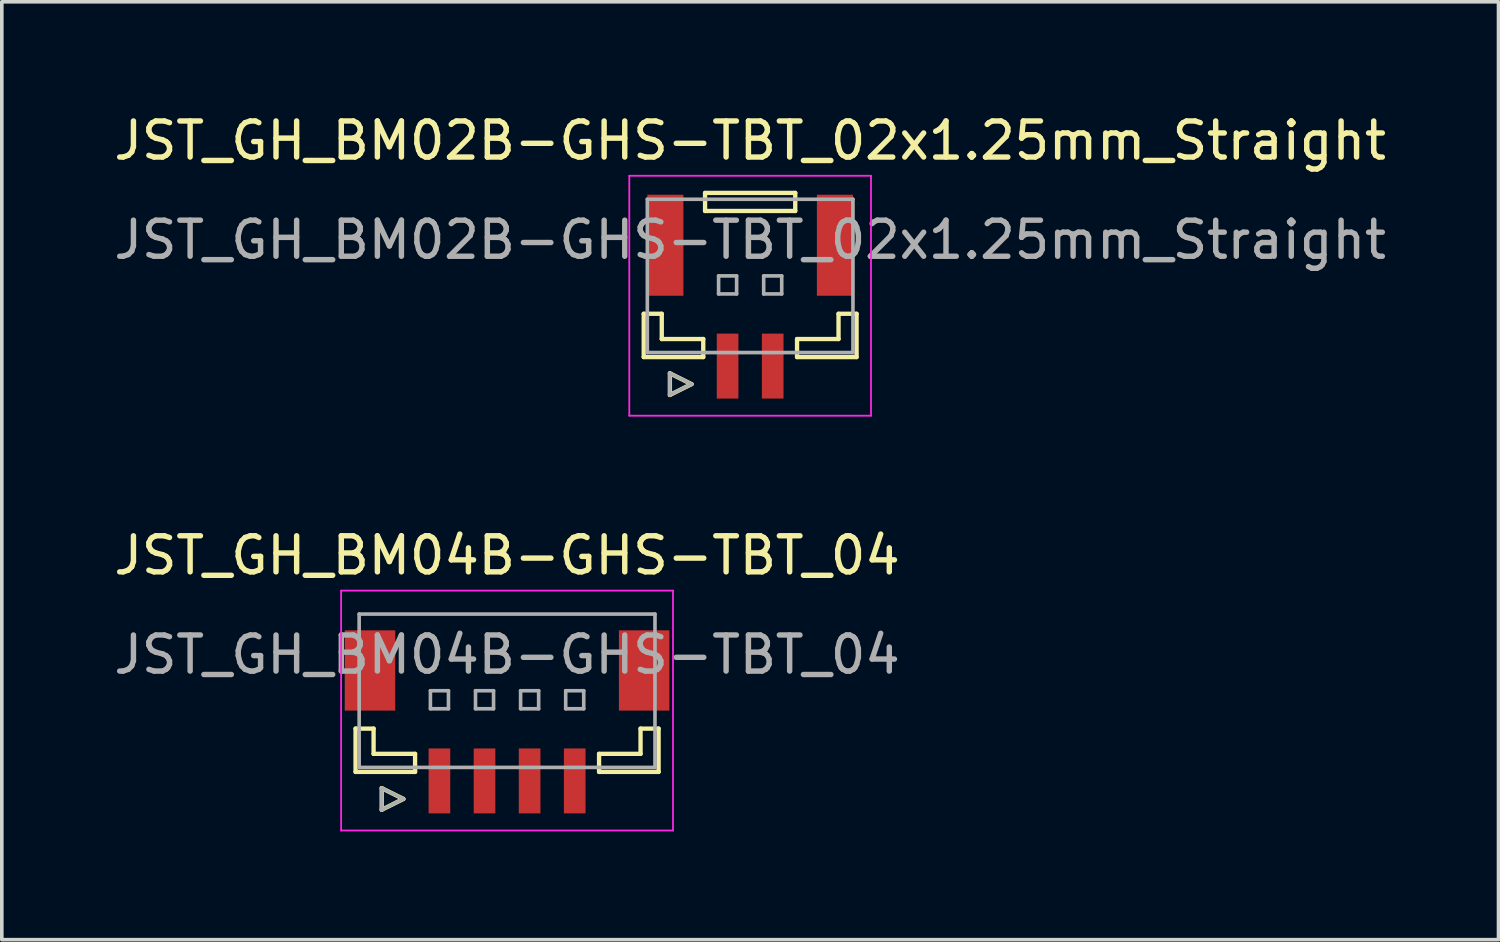
<source format=kicad_pcb>
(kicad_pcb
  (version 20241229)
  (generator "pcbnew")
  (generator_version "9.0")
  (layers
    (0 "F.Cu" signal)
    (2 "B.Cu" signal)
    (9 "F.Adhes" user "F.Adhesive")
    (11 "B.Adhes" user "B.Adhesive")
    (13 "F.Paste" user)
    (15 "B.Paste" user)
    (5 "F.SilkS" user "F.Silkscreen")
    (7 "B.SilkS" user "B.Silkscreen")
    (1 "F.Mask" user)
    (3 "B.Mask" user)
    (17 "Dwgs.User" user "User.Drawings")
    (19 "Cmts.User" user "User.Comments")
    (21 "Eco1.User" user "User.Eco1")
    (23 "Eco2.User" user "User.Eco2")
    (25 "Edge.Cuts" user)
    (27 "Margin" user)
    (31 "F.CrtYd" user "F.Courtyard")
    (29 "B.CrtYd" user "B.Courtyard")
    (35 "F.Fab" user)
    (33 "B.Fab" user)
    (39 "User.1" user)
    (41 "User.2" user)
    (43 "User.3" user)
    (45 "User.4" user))
  (footprint "JST_GH_BM02B-GHS-TBT_02x1.25mm_Straight"
    (layer "F.Cu")
    (at 17.744 5.423)
    (property "Reference" "JST_GH_BM02B-GHS-TBT_02x1.25mm_Straight" (at 0 -4.575 0) (layer "F.SilkS") (effects (font (size 1 1) (thickness 0.15))))
    (attr smd)
    (fp_line (start -2.95 0.225) (end -2.95 1.425) (stroke (width 0.12) (type solid)) (layer "F.SilkS"))
    (fp_line (start -2.95 1.425) (end -1.3 1.425) (stroke (width 0.12) (type solid)) (layer "F.SilkS"))
    (fp_line (start -2.45 0.225) (end -2.95 0.225) (stroke (width 0.12) (type solid)) (layer "F.SilkS"))
    (fp_line (start -2.45 0.925) (end -2.45 0.225) (stroke (width 0.12) (type solid)) (layer "F.SilkS"))
    (fp_line (start -2.225 1.875) (end -1.625 2.175) (stroke (width 0.12) (type solid)) (layer "F.SilkS"))
    (fp_line (start -2.225 2.475) (end -2.225 1.875) (stroke (width 0.12) (type solid)) (layer "F.SilkS"))
    (fp_line (start -1.625 2.175) (end -2.225 2.475) (stroke (width 0.12) (type solid)) (layer "F.SilkS"))
    (fp_line (start -1.3 0.925) (end -2.45 0.925) (stroke (width 0.12) (type solid)) (layer "F.SilkS"))
    (fp_line (start -1.3 1.425) (end -1.3 0.925) (stroke (width 0.12) (type solid)) (layer "F.SilkS"))
    (fp_line (start -1.25 -3.125) (end 1.25 -3.125) (stroke (width 0.12) (type solid)) (layer "F.SilkS"))
    (fp_line (start -1.25 -2.625) (end -1.25 -3.125) (stroke (width 0.12) (type solid)) (layer "F.SilkS"))
    (fp_line (start 1.25 -3.125) (end 1.25 -2.625) (stroke (width 0.12) (type solid)) (layer "F.SilkS"))
    (fp_line (start 1.25 -2.625) (end -1.25 -2.625) (stroke (width 0.12) (type solid)) (layer "F.SilkS"))
    (fp_line (start 1.3 0.925) (end 2.45 0.925) (stroke (width 0.12) (type solid)) (layer "F.SilkS"))
    (fp_line (start 1.3 1.425) (end 1.3 0.925) (stroke (width 0.12) (type solid)) (layer "F.SilkS"))
    (fp_line (start 2.45 0.225) (end 2.95 0.225) (stroke (width 0.12) (type solid)) (layer "F.SilkS"))
    (fp_line (start 2.45 0.925) (end 2.45 0.225) (stroke (width 0.12) (type solid)) (layer "F.SilkS"))
    (fp_line (start 2.95 0.225) (end 2.95 1.425) (stroke (width 0.12) (type solid)) (layer "F.SilkS"))
    (fp_line (start 2.95 1.425) (end 1.3 1.425) (stroke (width 0.12) (type solid)) (layer "F.SilkS"))
    (fp_line (start -3.35 -3.6) (end 3.35 -3.6) (stroke (width 0.05) (type solid)) (layer "F.CrtYd"))
    (fp_line (start -3.35 3.05) (end -3.35 -3.6) (stroke (width 0.05) (type solid)) (layer "F.CrtYd"))
    (fp_line (start 3.35 -3.6) (end 3.35 3.05) (stroke (width 0.05) (type solid)) (layer "F.CrtYd"))
    (fp_line (start 3.35 3.05) (end -3.35 3.05) (stroke (width 0.05) (type solid)) (layer "F.CrtYd"))
    (fp_line (start -2.85 -2.95) (end 2.85 -2.95) (stroke (width 0.1) (type solid)) (layer "F.Fab"))
    (fp_line (start -2.85 1.3) (end -2.85 -2.95) (stroke (width 0.1) (type solid)) (layer "F.Fab"))
    (fp_line (start -2.225 1.875) (end -1.625 2.175) (stroke (width 0.1) (type solid)) (layer "F.Fab"))
    (fp_line (start -2.225 2.475) (end -2.225 1.875) (stroke (width 0.1) (type solid)) (layer "F.Fab"))
    (fp_line (start -1.625 2.175) (end -2.225 2.475) (stroke (width 0.1) (type solid)) (layer "F.Fab"))
    (fp_line (start -0.875 -0.825) (end -0.375 -0.825) (stroke (width 0.1) (type solid)) (layer "F.Fab"))
    (fp_line (start -0.875 -0.325) (end -0.875 -0.825) (stroke (width 0.1) (type solid)) (layer "F.Fab"))
    (fp_line (start -0.375 -0.825) (end -0.375 -0.325) (stroke (width 0.1) (type solid)) (layer "F.Fab"))
    (fp_line (start -0.375 -0.325) (end -0.875 -0.325) (stroke (width 0.1) (type solid)) (layer "F.Fab"))
    (fp_line (start 0.375 -0.825) (end 0.875 -0.825) (stroke (width 0.1) (type solid)) (layer "F.Fab"))
    (fp_line (start 0.375 -0.325) (end 0.375 -0.825) (stroke (width 0.1) (type solid)) (layer "F.Fab"))
    (fp_line (start 0.875 -0.825) (end 0.875 -0.325) (stroke (width 0.1) (type solid)) (layer "F.Fab"))
    (fp_line (start 0.875 -0.325) (end 0.375 -0.325) (stroke (width 0.1) (type solid)) (layer "F.Fab"))
    (fp_line (start 2.85 -2.95) (end 2.85 1.3) (stroke (width 0.1) (type solid)) (layer "F.Fab"))
    (fp_line (start 2.85 1.3) (end -2.85 1.3) (stroke (width 0.1) (type solid)) (layer "F.Fab"))
    (fp_text user "${REFERENCE}" (at 0 -1.825 0) (layer "F.Fab") (effects (font (size 1 1) (thickness 0.15))))
    (pad "" smd rect (at -2.35 -1.675) (size 1 2.8) (layers "F.Cu" "F.Mask" "F.Paste"))
    (pad "" smd rect (at 2.35 -1.675) (size 1 2.8) (layers "F.Cu" "F.Mask" "F.Paste"))
    (pad "1" smd rect (at -0.625 1.675) (size 0.6 1.8) (layers "F.Cu" "F.Mask" "F.Paste"))
    (pad "2" smd rect (at 0.625 1.675) (size 0.6 1.8) (layers "F.Cu" "F.Mask" "F.Paste")))
  (footprint "JST_GH_BM04B-GHS-TBT_04"
    (layer "F.Cu")
    (at 11.006 16.922)
    (property "Reference" "JST_GH_BM04B-GHS-TBT_04" (at 0 -4.575 0) (layer "F.SilkS") (effects (font (size 1 1) (thickness 0.15))))
    (attr smd)
    (fp_line (start -4.2 0.225) (end -4.2 1.425) (stroke (width 0.12) (type solid)) (layer "F.SilkS"))
    (fp_line (start -4.2 1.425) (end -2.55 1.425) (stroke (width 0.12) (type solid)) (layer "F.SilkS"))
    (fp_line (start -3.7 0.225) (end -4.2 0.225) (stroke (width 0.12) (type solid)) (layer "F.SilkS"))
    (fp_line (start -3.7 0.925) (end -3.7 0.225) (stroke (width 0.12) (type solid)) (layer "F.SilkS"))
    (fp_line (start -3.475 1.875) (end -2.875 2.175) (stroke (width 0.12) (type solid)) (layer "F.SilkS"))
    (fp_line (start -3.475 2.475) (end -3.475 1.875) (stroke (width 0.12) (type solid)) (layer "F.SilkS"))
    (fp_line (start -2.875 2.175) (end -3.475 2.475) (stroke (width 0.12) (type solid)) (layer "F.SilkS"))
    (fp_line (start -2.55 0.925) (end -3.7 0.925) (stroke (width 0.12) (type solid)) (layer "F.SilkS"))
    (fp_line (start -2.55 1.425) (end -2.55 0.925) (stroke (width 0.12) (type solid)) (layer "F.SilkS"))
    (fp_line (start 2.55 0.925) (end 3.7 0.925) (stroke (width 0.12) (type solid)) (layer "F.SilkS"))
    (fp_line (start 2.55 1.425) (end 2.55 0.925) (stroke (width 0.12) (type solid)) (layer "F.SilkS"))
    (fp_line (start 3.7 0.225) (end 4.2 0.225) (stroke (width 0.12) (type solid)) (layer "F.SilkS"))
    (fp_line (start 3.7 0.925) (end 3.7 0.225) (stroke (width 0.12) (type solid)) (layer "F.SilkS"))
    (fp_line (start 4.2 0.225) (end 4.2 1.425) (stroke (width 0.12) (type solid)) (layer "F.SilkS"))
    (fp_line (start 4.2 1.425) (end 2.55 1.425) (stroke (width 0.12) (type solid)) (layer "F.SilkS"))
    (fp_line (start -4.6 -3.6) (end 4.6 -3.6) (stroke (width 0.05) (type solid)) (layer "F.CrtYd"))
    (fp_line (start -4.6 3.05) (end -4.6 -3.6) (stroke (width 0.05) (type solid)) (layer "F.CrtYd"))
    (fp_line (start 4.6 -3.6) (end 4.6 3.05) (stroke (width 0.05) (type solid)) (layer "F.CrtYd"))
    (fp_line (start 4.6 3.05) (end -4.6 3.05) (stroke (width 0.05) (type solid)) (layer "F.CrtYd"))
    (fp_line (start -4.1 -2.95) (end 4.1 -2.95) (stroke (width 0.1) (type solid)) (layer "F.Fab"))
    (fp_line (start -4.1 1.3) (end -4.1 -2.95) (stroke (width 0.1) (type solid)) (layer "F.Fab"))
    (fp_line (start -3.475 1.875) (end -2.875 2.175) (stroke (width 0.1) (type solid)) (layer "F.Fab"))
    (fp_line (start -3.475 2.475) (end -3.475 1.875) (stroke (width 0.1) (type solid)) (layer "F.Fab"))
    (fp_line (start -2.875 2.175) (end -3.475 2.475) (stroke (width 0.1) (type solid)) (layer "F.Fab"))
    (fp_line (start -2.125 -0.825) (end -1.625 -0.825) (stroke (width 0.1) (type solid)) (layer "F.Fab"))
    (fp_line (start -2.125 -0.325) (end -2.125 -0.825) (stroke (width 0.1) (type solid)) (layer "F.Fab"))
    (fp_line (start -1.625 -0.825) (end -1.625 -0.325) (stroke (width 0.1) (type solid)) (layer "F.Fab"))
    (fp_line (start -1.625 -0.325) (end -2.125 -0.325) (stroke (width 0.1) (type solid)) (layer "F.Fab"))
    (fp_line (start -0.875 -0.825) (end -0.375 -0.825) (stroke (width 0.1) (type solid)) (layer "F.Fab"))
    (fp_line (start -0.875 -0.325) (end -0.875 -0.825) (stroke (width 0.1) (type solid)) (layer "F.Fab"))
    (fp_line (start -0.375 -0.825) (end -0.375 -0.325) (stroke (width 0.1) (type solid)) (layer "F.Fab"))
    (fp_line (start -0.375 -0.325) (end -0.875 -0.325) (stroke (width 0.1) (type solid)) (layer "F.Fab"))
    (fp_line (start 0.375 -0.825) (end 0.875 -0.825) (stroke (width 0.1) (type solid)) (layer "F.Fab"))
    (fp_line (start 0.375 -0.325) (end 0.375 -0.825) (stroke (width 0.1) (type solid)) (layer "F.Fab"))
    (fp_line (start 0.875 -0.825) (end 0.875 -0.325) (stroke (width 0.1) (type solid)) (layer "F.Fab"))
    (fp_line (start 0.875 -0.325) (end 0.375 -0.325) (stroke (width 0.1) (type solid)) (layer "F.Fab"))
    (fp_line (start 1.625 -0.825) (end 2.125 -0.825) (stroke (width 0.1) (type solid)) (layer "F.Fab"))
    (fp_line (start 1.625 -0.325) (end 1.625 -0.825) (stroke (width 0.1) (type solid)) (layer "F.Fab"))
    (fp_line (start 2.125 -0.825) (end 2.125 -0.325) (stroke (width 0.1) (type solid)) (layer "F.Fab"))
    (fp_line (start 2.125 -0.325) (end 1.625 -0.325) (stroke (width 0.1) (type solid)) (layer "F.Fab"))
    (fp_line (start 4.1 -2.95) (end 4.1 1.3) (stroke (width 0.1) (type solid)) (layer "F.Fab"))
    (fp_line (start 4.1 1.3) (end -4.1 1.3) (stroke (width 0.1) (type solid)) (layer "F.Fab"))
    (fp_text user "${REFERENCE}" (at 0 -1.825 0) (layer "F.Fab") (effects (font (size 1 1) (thickness 0.15))))
    (pad "" smd rect (at -3.8 -1.387) (size 1.4 2.225) (layers "F.Cu" "F.Mask" "F.Paste"))
    (pad "" smd rect (at 3.8 -1.387) (size 1.4 2.225) (layers "F.Cu" "F.Mask" "F.Paste"))
    (pad "1" smd rect (at -1.875 1.675) (size 0.6 1.8) (layers "F.Cu" "F.Mask" "F.Paste"))
    (pad "2" smd rect (at -0.625 1.675) (size 0.6 1.8) (layers "F.Cu" "F.Mask" "F.Paste"))
    (pad "3" smd rect (at 0.625 1.675) (size 0.6 1.8) (layers "F.Cu" "F.Mask" "F.Paste"))
    (pad "4" smd rect (at 1.875 1.675) (size 0.6 1.8) (layers "F.Cu" "F.Mask" "F.Paste")))
  (gr_rect
    (start -3 -3)
    (end 38.488 22.997)
    (stroke (width 0.1) (type default))
    (fill no)
    (layer "Edge.Cuts")))
</source>
